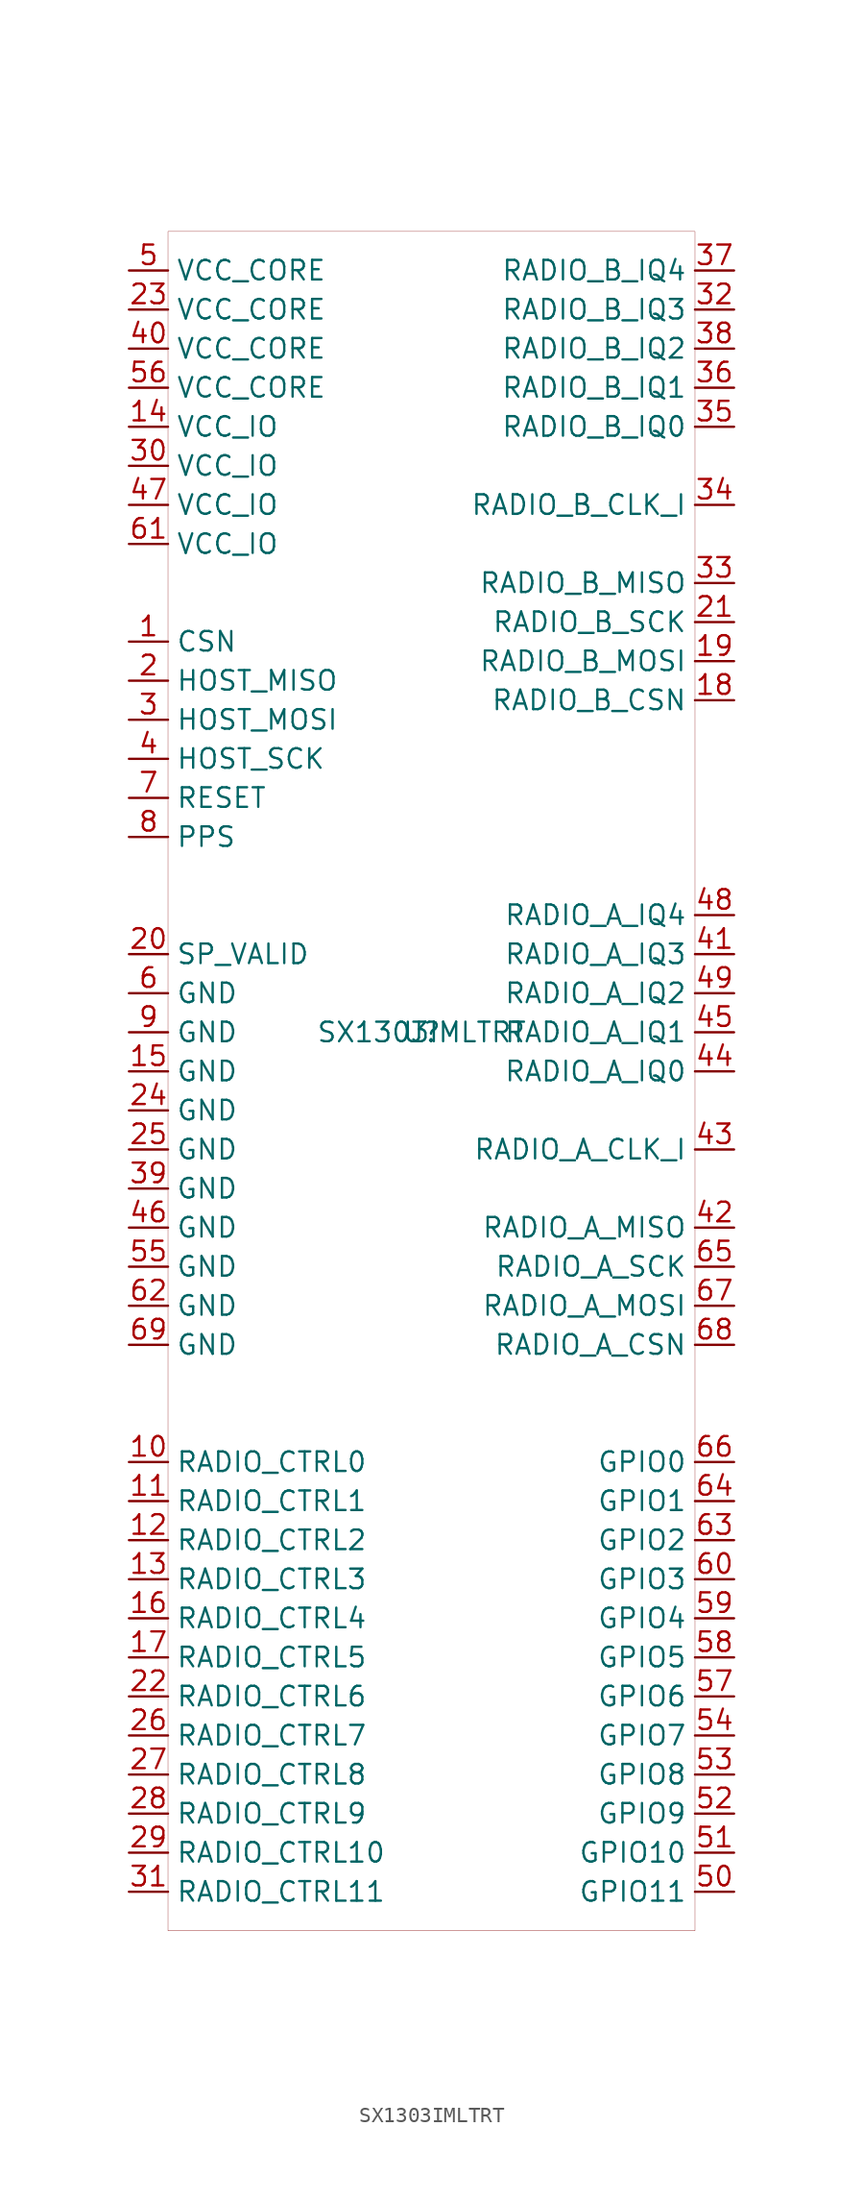
<source format=kicad_sym>
(kicad_symbol_lib
  (version 20201005)
  (generator kicad_symbol_editor)
  (symbol "SX1302:SX1303IMLTRT"
    (property "Reference" "U"
      (at 0 0 0)
      (effects (font (size 1.27 1.27))))
    (property "Value" "SX1303IMLTRT"
      (at 0 0 0)
      (effects (font (size 1.27 1.27))))
    (symbol "SX1303IMLTRT_0_1"
      (rectangle (start -16.51 52.07) (end 17.78 -58.42) (stroke (width 0.001)) (fill (type none))))
    (symbol "SX1303IMLTRT_1_1"
      (pin bidirectional line (at -19.05 25.4 0) (length 2.54) (name "CSN" (effects (font (size 1.27 1.27)))) (number "1" (effects (font (size 1.27 1.27)))))
      (pin bidirectional line (at -19.05 22.86 0) (length 2.54) (name "HOST_MISO" (effects (font (size 1.27 1.27)))) (number "2" (effects (font (size 1.27 1.27)))))
      (pin bidirectional line (at -19.05 20.32 0) (length 2.54) (name "HOST_MOSI" (effects (font (size 1.27 1.27)))) (number "3" (effects (font (size 1.27 1.27)))))
      (pin bidirectional line (at -19.05 17.78 0) (length 2.54) (name "HOST_SCK" (effects (font (size 1.27 1.27)))) (number "4" (effects (font (size 1.27 1.27)))))
      (pin bidirectional line (at -19.05 49.53 0) (length 2.54) (name "VCC_CORE" (effects (font (size 1.27 1.27)))) (number "5" (effects (font (size 1.27 1.27)))))
      (pin bidirectional line (at -19.05 2.54 0) (length 2.54) (name "GND" (effects (font (size 1.27 1.27)))) (number "6" (effects (font (size 1.27 1.27)))))
      (pin bidirectional line (at -19.05 15.24 0) (length 2.54) (name "RESET" (effects (font (size 1.27 1.27)))) (number "7" (effects (font (size 1.27 1.27)))))
      (pin bidirectional line (at -19.05 12.7 0) (length 2.54) (name "PPS" (effects (font (size 1.27 1.27)))) (number "8" (effects (font (size 1.27 1.27)))))
      (pin bidirectional line (at -19.05 0 0) (length 2.54) (name "GND" (effects (font (size 1.27 1.27)))) (number "9" (effects (font (size 1.27 1.27)))))
      (pin bidirectional line (at -19.05 -27.94 0) (length 2.54) (name "RADIO_CTRL0" (effects (font (size 1.27 1.27)))) (number "10" (effects (font (size 1.27 1.27)))))
      (pin bidirectional line (at -19.05 -30.48 0) (length 2.54) (name "RADIO_CTRL1" (effects (font (size 1.27 1.27)))) (number "11" (effects (font (size 1.27 1.27)))))
      (pin bidirectional line (at -19.05 -33.02 0) (length 2.54) (name "RADIO_CTRL2" (effects (font (size 1.27 1.27)))) (number "12" (effects (font (size 1.27 1.27)))))
      (pin bidirectional line (at -19.05 -35.56 0) (length 2.54) (name "RADIO_CTRL3" (effects (font (size 1.27 1.27)))) (number "13" (effects (font (size 1.27 1.27)))))
      (pin bidirectional line (at -19.05 39.37 0) (length 2.54) (name "VCC_IO" (effects (font (size 1.27 1.27)))) (number "14" (effects (font (size 1.27 1.27)))))
      (pin bidirectional line (at -19.05 -2.54 0) (length 2.54) (name "GND" (effects (font (size 1.27 1.27)))) (number "15" (effects (font (size 1.27 1.27)))))
      (pin bidirectional line (at -19.05 -38.1 0) (length 2.54) (name "RADIO_CTRL4" (effects (font (size 1.27 1.27)))) (number "16" (effects (font (size 1.27 1.27)))))
      (pin bidirectional line (at -19.05 -40.64 0) (length 2.54) (name "RADIO_CTRL5" (effects (font (size 1.27 1.27)))) (number "17" (effects (font (size 1.27 1.27)))))
      (pin bidirectional line (at 20.32 21.59 180) (length 2.54) (name "RADIO_B_CSN" (effects (font (size 1.27 1.27)))) (number "18" (effects (font (size 1.27 1.27)))))
      (pin bidirectional line (at 20.32 24.13 180) (length 2.54) (name "RADIO_B_MOSI" (effects (font (size 1.27 1.27)))) (number "19" (effects (font (size 1.27 1.27)))))
      (pin bidirectional line (at -19.05 5.08 0) (length 2.54) (name "SP_VALID" (effects (font (size 1.27 1.27)))) (number "20" (effects (font (size 1.27 1.27)))))
      (pin bidirectional line (at 20.32 26.67 180) (length 2.54) (name "RADIO_B_SCK" (effects (font (size 1.27 1.27)))) (number "21" (effects (font (size 1.27 1.27)))))
      (pin bidirectional line (at -19.05 -43.18 0) (length 2.54) (name "RADIO_CTRL6" (effects (font (size 1.27 1.27)))) (number "22" (effects (font (size 1.27 1.27)))))
      (pin bidirectional line (at -19.05 46.99 0) (length 2.54) (name "VCC_CORE" (effects (font (size 1.27 1.27)))) (number "23" (effects (font (size 1.27 1.27)))))
      (pin bidirectional line (at -19.05 -5.08 0) (length 2.54) (name "GND" (effects (font (size 1.27 1.27)))) (number "24" (effects (font (size 1.27 1.27)))))
      (pin bidirectional line (at -19.05 -7.62 0) (length 2.54) (name "GND" (effects (font (size 1.27 1.27)))) (number "25" (effects (font (size 1.27 1.27)))))
      (pin bidirectional line (at -19.05 -45.72 0) (length 2.54) (name "RADIO_CTRL7" (effects (font (size 1.27 1.27)))) (number "26" (effects (font (size 1.27 1.27)))))
      (pin bidirectional line (at -19.05 -48.26 0) (length 2.54) (name "RADIO_CTRL8" (effects (font (size 1.27 1.27)))) (number "27" (effects (font (size 1.27 1.27)))))
      (pin bidirectional line (at -19.05 -50.8 0) (length 2.54) (name "RADIO_CTRL9" (effects (font (size 1.27 1.27)))) (number "28" (effects (font (size 1.27 1.27)))))
      (pin bidirectional line (at -19.05 -53.34 0) (length 2.54) (name "RADIO_CTRL10" (effects (font (size 1.27 1.27)))) (number "29" (effects (font (size 1.27 1.27)))))
      (pin bidirectional line (at -19.05 36.83 0) (length 2.54) (name "VCC_IO" (effects (font (size 1.27 1.27)))) (number "30" (effects (font (size 1.27 1.27)))))
      (pin bidirectional line (at -19.05 -55.88 0) (length 2.54) (name "RADIO_CTRL11" (effects (font (size 1.27 1.27)))) (number "31" (effects (font (size 1.27 1.27)))))
      (pin bidirectional line (at 20.32 46.99 180) (length 2.54) (name "RADIO_B_IQ3" (effects (font (size 1.27 1.27)))) (number "32" (effects (font (size 1.27 1.27)))))
      (pin bidirectional line (at 20.32 29.21 180) (length 2.54) (name "RADIO_B_MISO" (effects (font (size 1.27 1.27)))) (number "33" (effects (font (size 1.27 1.27)))))
      (pin bidirectional line (at 20.32 34.29 180) (length 2.54) (name "RADIO_B_CLK_I" (effects (font (size 1.27 1.27)))) (number "34" (effects (font (size 1.27 1.27)))))
      (pin bidirectional line (at 20.32 39.37 180) (length 2.54) (name "RADIO_B_IQ0" (effects (font (size 1.27 1.27)))) (number "35" (effects (font (size 1.27 1.27)))))
      (pin bidirectional line (at 20.32 41.91 180) (length 2.54) (name "RADIO_B_IQ1" (effects (font (size 1.27 1.27)))) (number "36" (effects (font (size 1.27 1.27)))))
      (pin bidirectional line (at 20.32 49.53 180) (length 2.54) (name "RADIO_B_IQ4" (effects (font (size 1.27 1.27)))) (number "37" (effects (font (size 1.27 1.27)))))
      (pin bidirectional line (at 20.32 44.45 180) (length 2.54) (name "RADIO_B_IQ2" (effects (font (size 1.27 1.27)))) (number "38" (effects (font (size 1.27 1.27)))))
      (pin bidirectional line (at -19.05 -10.16 0) (length 2.54) (name "GND" (effects (font (size 1.27 1.27)))) (number "39" (effects (font (size 1.27 1.27)))))
      (pin bidirectional line (at -19.05 44.45 0) (length 2.54) (name "VCC_CORE" (effects (font (size 1.27 1.27)))) (number "40" (effects (font (size 1.27 1.27)))))
      (pin bidirectional line (at 20.32 5.08 180) (length 2.54) (name "RADIO_A_IQ3" (effects (font (size 1.27 1.27)))) (number "41" (effects (font (size 1.27 1.27)))))
      (pin bidirectional line (at 20.32 -12.7 180) (length 2.54) (name "RADIO_A_MISO" (effects (font (size 1.27 1.27)))) (number "42" (effects (font (size 1.27 1.27)))))
      (pin bidirectional line (at 20.32 -7.62 180) (length 2.54) (name "RADIO_A_CLK_I" (effects (font (size 1.27 1.27)))) (number "43" (effects (font (size 1.27 1.27)))))
      (pin bidirectional line (at 20.32 -2.54 180) (length 2.54) (name "RADIO_A_IQ0" (effects (font (size 1.27 1.27)))) (number "44" (effects (font (size 1.27 1.27)))))
      (pin bidirectional line (at 20.32 0 180) (length 2.54) (name "RADIO_A_IQ1" (effects (font (size 1.27 1.27)))) (number "45" (effects (font (size 1.27 1.27)))))
      (pin bidirectional line (at -19.05 -12.7 0) (length 2.54) (name "GND" (effects (font (size 1.27 1.27)))) (number "46" (effects (font (size 1.27 1.27)))))
      (pin bidirectional line (at -19.05 34.29 0) (length 2.54) (name "VCC_IO" (effects (font (size 1.27 1.27)))) (number "47" (effects (font (size 1.27 1.27)))))
      (pin bidirectional line (at 20.32 7.62 180) (length 2.54) (name "RADIO_A_IQ4" (effects (font (size 1.27 1.27)))) (number "48" (effects (font (size 1.27 1.27)))))
      (pin bidirectional line (at 20.32 2.54 180) (length 2.54) (name "RADIO_A_IQ2" (effects (font (size 1.27 1.27)))) (number "49" (effects (font (size 1.27 1.27)))))
      (pin bidirectional line (at 20.32 -55.88 180) (length 2.54) (name "GPIO11" (effects (font (size 1.27 1.27)))) (number "50" (effects (font (size 1.27 1.27)))))
      (pin bidirectional line (at 20.32 -53.34 180) (length 2.54) (name "GPIO10" (effects (font (size 1.27 1.27)))) (number "51" (effects (font (size 1.27 1.27)))))
      (pin bidirectional line (at 20.32 -50.8 180) (length 2.54) (name "GPIO9" (effects (font (size 1.27 1.27)))) (number "52" (effects (font (size 1.27 1.27)))))
      (pin bidirectional line (at 20.32 -48.26 180) (length 2.54) (name "GPIO8" (effects (font (size 1.27 1.27)))) (number "53" (effects (font (size 1.27 1.27)))))
      (pin bidirectional line (at 20.32 -45.72 180) (length 2.54) (name "GPIO7" (effects (font (size 1.27 1.27)))) (number "54" (effects (font (size 1.27 1.27)))))
      (pin bidirectional line (at -19.05 -15.24 0) (length 2.54) (name "GND" (effects (font (size 1.27 1.27)))) (number "55" (effects (font (size 1.27 1.27)))))
      (pin bidirectional line (at -19.05 41.91 0) (length 2.54) (name "VCC_CORE" (effects (font (size 1.27 1.27)))) (number "56" (effects (font (size 1.27 1.27)))))
      (pin bidirectional line (at 20.32 -43.18 180) (length 2.54) (name "GPIO6" (effects (font (size 1.27 1.27)))) (number "57" (effects (font (size 1.27 1.27)))))
      (pin bidirectional line (at 20.32 -40.64 180) (length 2.54) (name "GPIO5" (effects (font (size 1.27 1.27)))) (number "58" (effects (font (size 1.27 1.27)))))
      (pin bidirectional line (at 20.32 -38.1 180) (length 2.54) (name "GPIO4" (effects (font (size 1.27 1.27)))) (number "59" (effects (font (size 1.27 1.27)))))
      (pin bidirectional line (at 20.32 -35.56 180) (length 2.54) (name "GPIO3" (effects (font (size 1.27 1.27)))) (number "60" (effects (font (size 1.27 1.27)))))
      (pin bidirectional line (at -19.05 31.75 0) (length 2.54) (name "VCC_IO" (effects (font (size 1.27 1.27)))) (number "61" (effects (font (size 1.27 1.27)))))
      (pin bidirectional line (at -19.05 -17.78 0) (length 2.54) (name "GND" (effects (font (size 1.27 1.27)))) (number "62" (effects (font (size 1.27 1.27)))))
      (pin bidirectional line (at 20.32 -33.02 180) (length 2.54) (name "GPIO2" (effects (font (size 1.27 1.27)))) (number "63" (effects (font (size 1.27 1.27)))))
      (pin bidirectional line (at 20.32 -30.48 180) (length 2.54) (name "GPIO1" (effects (font (size 1.27 1.27)))) (number "64" (effects (font (size 1.27 1.27)))))
      (pin bidirectional line (at 20.32 -15.24 180) (length 2.54) (name "RADIO_A_SCK" (effects (font (size 1.27 1.27)))) (number "65" (effects (font (size 1.27 1.27)))))
      (pin bidirectional line (at 20.32 -27.94 180) (length 2.54) (name "GPIO0" (effects (font (size 1.27 1.27)))) (number "66" (effects (font (size 1.27 1.27)))))
      (pin bidirectional line (at 20.32 -17.78 180) (length 2.54) (name "RADIO_A_MOSI" (effects (font (size 1.27 1.27)))) (number "67" (effects (font (size 1.27 1.27)))))
      (pin bidirectional line (at 20.32 -20.32 180) (length 2.54) (name "RADIO_A_CSN" (effects (font (size 1.27 1.27)))) (number "68" (effects (font (size 1.27 1.27)))))
      (pin bidirectional line (at -19.05 -20.32 0) (length 2.54) (name "GND" (effects (font (size 1.27 1.27)))) (number "69" (effects (font (size 1.27 1.27))))))))
</source>
